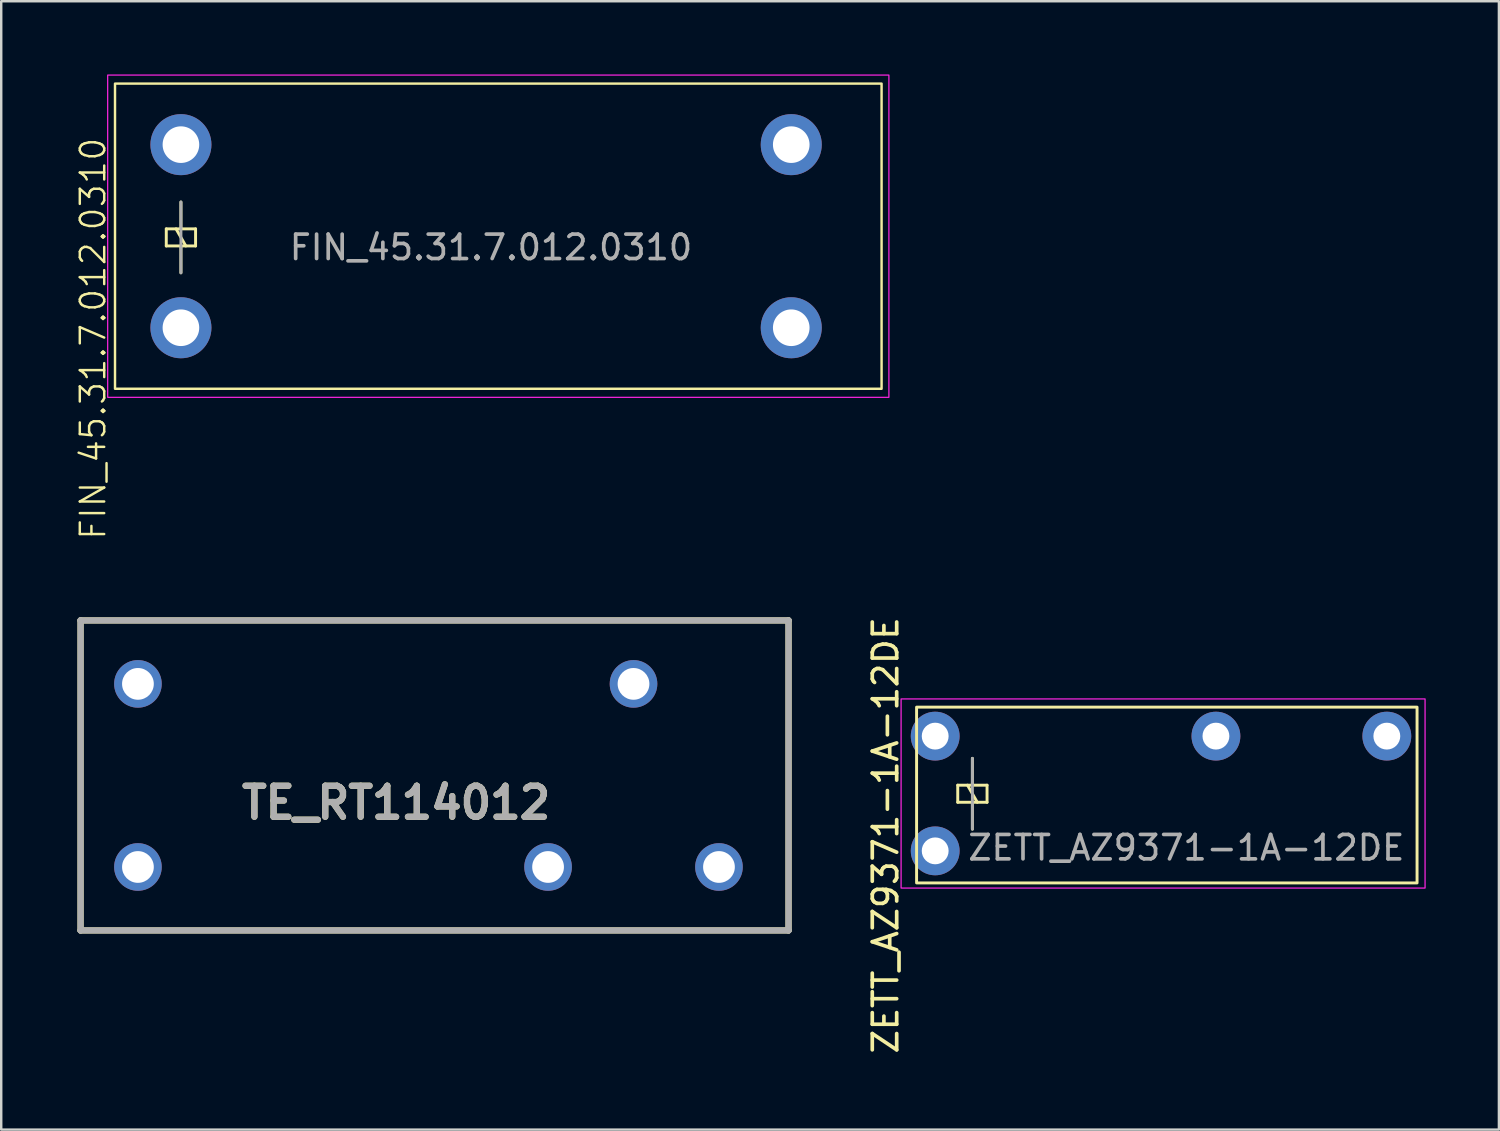
<source format=kicad_pcb>
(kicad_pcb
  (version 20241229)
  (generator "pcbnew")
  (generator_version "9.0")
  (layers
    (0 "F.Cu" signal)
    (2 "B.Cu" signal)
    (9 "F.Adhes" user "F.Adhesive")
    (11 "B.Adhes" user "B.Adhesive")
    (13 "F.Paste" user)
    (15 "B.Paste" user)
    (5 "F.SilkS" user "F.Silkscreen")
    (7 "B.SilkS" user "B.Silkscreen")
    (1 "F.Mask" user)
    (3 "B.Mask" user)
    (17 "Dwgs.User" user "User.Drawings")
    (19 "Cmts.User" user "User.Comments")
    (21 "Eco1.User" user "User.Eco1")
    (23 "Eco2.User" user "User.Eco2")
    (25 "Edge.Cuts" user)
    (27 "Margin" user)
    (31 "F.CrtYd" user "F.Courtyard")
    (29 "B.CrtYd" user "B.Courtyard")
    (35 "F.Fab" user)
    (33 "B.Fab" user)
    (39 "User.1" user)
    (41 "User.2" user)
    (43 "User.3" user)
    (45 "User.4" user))
  (footprint "ZETT_AZ9371-1A-12DE"
    (layer "F.Cu")
    (at 35.257 27.103)
    (property "Reference" "ZETT_AZ9371-1A-12DE" (at -2.032 4.064 90) (unlocked yes) (layer "F.SilkS") (effects (font (size 1 1) (thickness 0.15))))
    (attr through_hole)
    (fp_line (start 0.924 2.01) (end 0.924 2.71) (stroke (width 0.12) (type solid)) (layer "F.SilkS"))
    (fp_line (start 0.924 2.71) (end 2.124 2.71) (stroke (width 0.12) (type solid)) (layer "F.SilkS"))
    (fp_line (start 1.524 2.01) (end 1.524 0.91) (stroke (width 0.12) (type solid)) (layer "F.SilkS"))
    (fp_line (start 1.524 2.71) (end 1.524 3.81) (stroke (width 0.12) (type solid)) (layer "F.SilkS"))
    (fp_line (start 1.724 2.71) (end 1.324 2.01) (stroke (width 0.12) (type solid)) (layer "F.SilkS"))
    (fp_line (start 2.124 2.01) (end 0.924 2.01) (stroke (width 0.12) (type solid)) (layer "F.SilkS"))
    (fp_line (start 2.124 2.71) (end 2.124 2.01) (stroke (width 0.12) (type solid)) (layer "F.SilkS"))
    (fp_rect (start -0.762 -1.187) (end 19.738 6.013) (stroke (width 0.12) (type default)) (fill no) (layer "F.SilkS"))
    (fp_rect (start -1.397 -1.524) (end 20.066 6.223) (stroke (width 0.05) (type default)) (fill no) (layer "F.CrtYd"))
    (fp_line (start 1.524 3.81) (end 1.524 0.91) (stroke (width 0.12) (type solid)) (layer "F.Fab"))
    (fp_text user "${REFERENCE}" (at 10.287 4.572 0) (unlocked yes) (layer "F.Fab") (effects (font (size 1 1) (thickness 0.15))))
    (pad "1" thru_hole circle (at 0 0) (size 2 2) (drill 1.1) (layers "*.Cu" "*.Mask"))
    (pad "5" thru_hole circle (at 11.5 0) (size 2 2) (drill 1.1) (layers "*.Cu" "*.Mask"))
    (pad "7" thru_hole circle (at 18.5 0) (size 2 2) (drill 1.1) (layers "*.Cu" "*.Mask"))
    (pad "13" thru_hole circle (at 0 4.7) (size 2 2) (drill 1.1) (layers "*.Cu" "*.Mask")))
  (footprint "FIN_45.31.7.012.0310"
    (layer "F.Cu")
    (at 4.361 6.625)
    (property "Reference" "FIN_45.31.7.012.0310" (at -3.6 4.2 90) (unlocked yes) (layer "F.SilkS") (effects (font (size 1 1) (thickness 0.1))))
    (attr through_hole)
    (fp_line (start -0.6 -0.3) (end -0.6 0.4) (stroke (width 0.12) (type solid)) (layer "F.SilkS"))
    (fp_line (start -0.6 0.4) (end 0.6 0.4) (stroke (width 0.12) (type solid)) (layer "F.SilkS"))
    (fp_line (start 0 -0.3) (end 0 -1.4) (stroke (width 0.12) (type solid)) (layer "F.SilkS"))
    (fp_line (start 0 0.4) (end 0 1.5) (stroke (width 0.12) (type solid)) (layer "F.SilkS"))
    (fp_line (start 0.2 0.4) (end -0.2 -0.3) (stroke (width 0.12) (type solid)) (layer "F.SilkS"))
    (fp_line (start 0.6 -0.3) (end -0.6 -0.3) (stroke (width 0.12) (type solid)) (layer "F.SilkS"))
    (fp_line (start 0.6 0.4) (end 0.6 -0.3) (stroke (width 0.12) (type solid)) (layer "F.SilkS"))
    (fp_rect (start -2.7 -6.25) (end 28.7 6.25) (stroke (width 0.1) (type default)) (fill no) (layer "F.SilkS"))
    (fp_rect (start -3 -6.6) (end 29 6.6) (stroke (width 0.05) (type default)) (fill no) (layer "F.CrtYd"))
    (fp_line (start 0 1.5) (end 0 -1.4) (stroke (width 0.12) (type solid)) (layer "F.Fab"))
    (fp_text user "${REFERENCE}" (at 12.7 0.46 0) (unlocked yes) (layer "F.Fab") (effects (font (size 1 1) (thickness 0.15))))
    (pad "1" thru_hole circle (at 0 -3.75) (size 2.5 2.5) (drill 1.5) (layers "*.Cu" "*.Mask"))
    (pad "2" thru_hole circle (at 0 3.75) (size 2.5 2.5) (drill 1.5) (layers "*.Cu" "*.Mask"))
    (pad "11" thru_hole circle (at 25 3.75) (size 2.5 2.5) (drill 1.5) (layers "*.Cu" "*.Mask"))
    (pad "14" thru_hole circle (at 25 -3.75) (size 2.5 2.5) (drill 1.5) (layers "*.Cu" "*.Mask")))
  (footprint "TE_RT114012"
    (layer "F.Cu")
    (at 0.25 22.363)
    (property "Reference" "TE_RT114012" (at 12.926 7.469 0) (layer "F.SilkS") (effects (font (size 1.27 1.27) (thickness 0.254))))
    (attr through_hole)
    (fp_line (start 0 0) (end 29 0) (stroke (width 0.254) (type solid)) (layer "F.SilkS"))
    (fp_line (start 0 12.7) (end 0 0) (stroke (width 0.254) (type solid)) (layer "F.SilkS"))
    (fp_line (start 29 0) (end 29 12.7) (stroke (width 0.254) (type solid)) (layer "F.SilkS"))
    (fp_line (start 29 12.7) (end 0 12.7) (stroke (width 0.254) (type solid)) (layer "F.SilkS"))
    (fp_line (start 0 0) (end 29 0) (stroke (width 0.254) (type solid)) (layer "F.Fab"))
    (fp_line (start 0 12.7) (end 0 0) (stroke (width 0.254) (type solid)) (layer "F.Fab"))
    (fp_line (start 29 0) (end 29 12.7) (stroke (width 0.254) (type solid)) (layer "F.Fab"))
    (fp_line (start 29 12.7) (end 0 12.7) (stroke (width 0.254) (type solid)) (layer "F.Fab"))
    (fp_text user "${REFERENCE}" (at 12.926 7.469 0) (layer "F.Fab") (effects (font (size 1.27 1.27) (thickness 0.254))))
    (pad "1" thru_hole circle (at 2.35 10.1) (size 1.95 1.95) (drill 1.3) (layers "*.Cu" "*.Mask"))
    (pad "2" thru_hole circle (at 19.15 10.1) (size 1.95 1.95) (drill 1.3) (layers "*.Cu" "*.Mask"))
    (pad "3" thru_hole circle (at 26.15 10.1) (size 1.95 1.95) (drill 1.3) (layers "*.Cu" "*.Mask"))
    (pad "4" thru_hole circle (at 22.65 2.6) (size 1.95 1.95) (drill 1.3) (layers "*.Cu" "*.Mask"))
    (pad "5" thru_hole circle (at 2.35 2.6) (size 1.95 1.95) (drill 1.3) (layers "*.Cu" "*.Mask")))
  (gr_rect
    (start -3 -3)
    (end 58.348 43.22)
    (stroke (width 0.1) (type default))
    (fill no)
    (layer "Edge.Cuts")))
</source>
